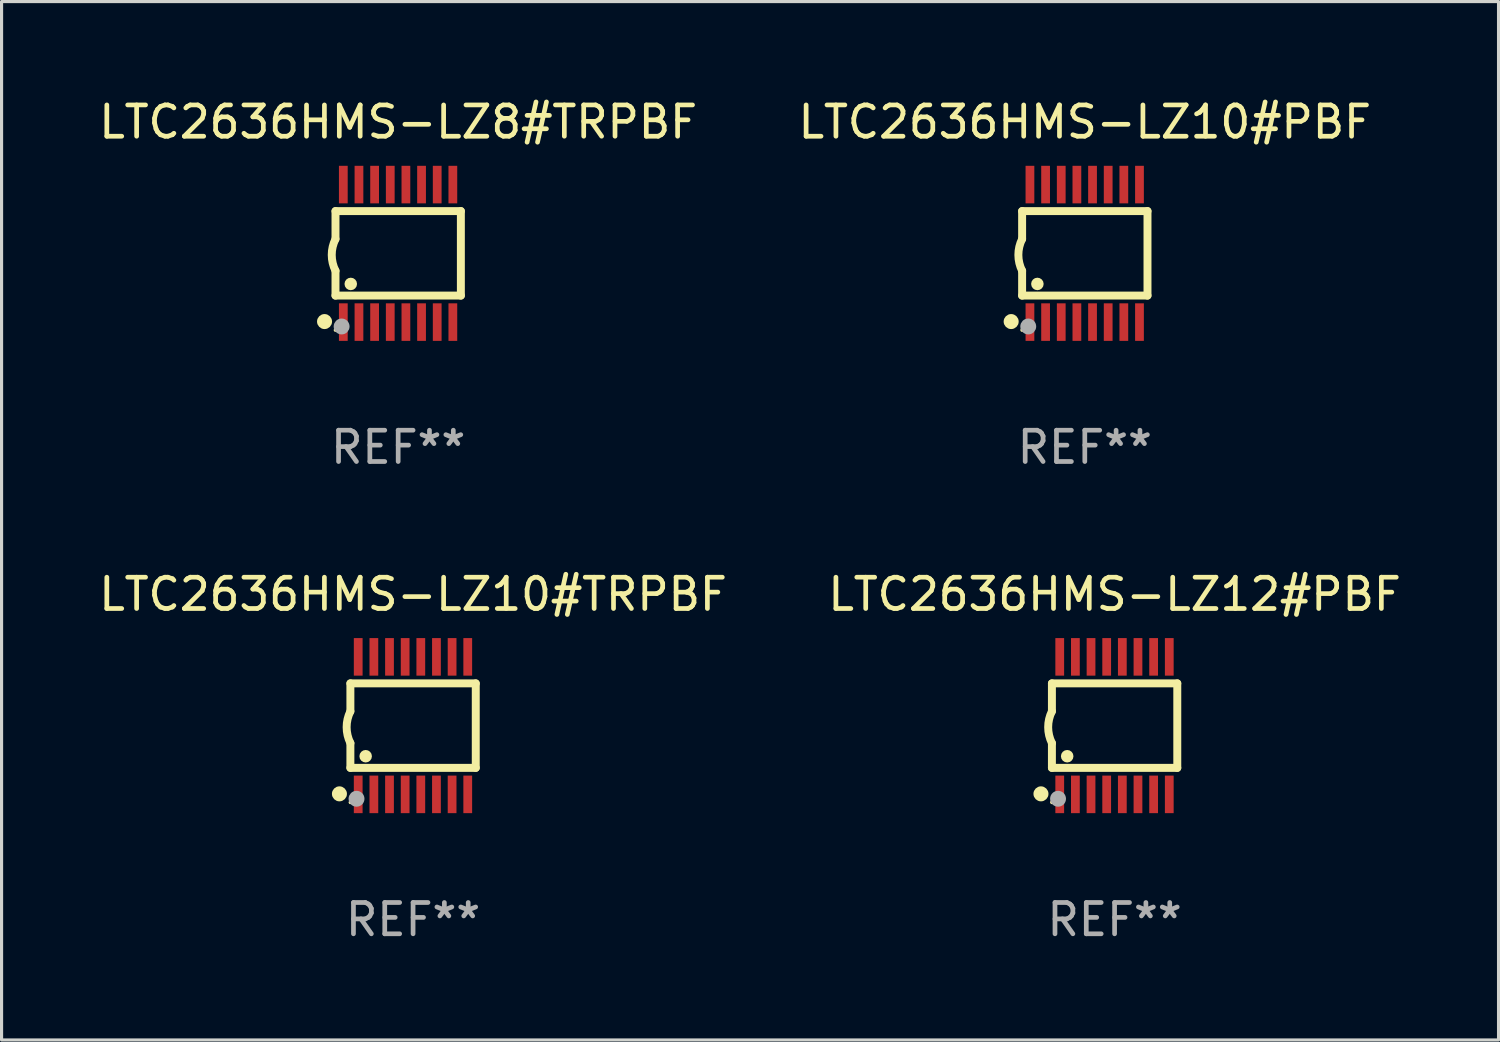
<source format=kicad_pcb>
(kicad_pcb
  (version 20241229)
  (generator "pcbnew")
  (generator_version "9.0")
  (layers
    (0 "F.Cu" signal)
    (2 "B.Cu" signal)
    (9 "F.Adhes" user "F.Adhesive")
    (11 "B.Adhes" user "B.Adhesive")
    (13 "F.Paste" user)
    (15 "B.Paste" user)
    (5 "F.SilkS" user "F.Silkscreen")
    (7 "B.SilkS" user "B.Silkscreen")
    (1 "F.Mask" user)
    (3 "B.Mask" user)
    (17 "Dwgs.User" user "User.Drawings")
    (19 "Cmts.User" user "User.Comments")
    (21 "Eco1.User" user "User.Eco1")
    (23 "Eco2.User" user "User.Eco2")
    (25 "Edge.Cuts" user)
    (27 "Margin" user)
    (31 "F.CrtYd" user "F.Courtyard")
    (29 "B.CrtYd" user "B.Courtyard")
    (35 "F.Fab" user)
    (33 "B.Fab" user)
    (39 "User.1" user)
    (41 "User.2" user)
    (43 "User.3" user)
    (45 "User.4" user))
  (footprint "LTC2636HMS-LZ12#PBF"
    (layer "F.Cu")
    (at 32.565 20.136)
    (property "Reference" "LTC2636HMS-LZ12#PBF" (at 0 -4.197 0) (layer "F.SilkS") (effects (font (size 1 1) (thickness 0.15))))
    (attr through_hole)
    (fp_line (start -2.003 -1.35) (end -2.003 -0.457) (stroke (width 0.254) (type solid)) (layer "F.SilkS"))
    (fp_line (start -2.003 -1.35) (end 2.003 -1.35) (stroke (width 0.254) (type solid)) (layer "F.SilkS"))
    (fp_line (start -2.003 1.35) (end -2.003 0.559) (stroke (width 0.254) (type solid)) (layer "F.SilkS"))
    (fp_line (start -2.003 1.35) (end 2.003 1.35) (stroke (width 0.254) (type solid)) (layer "F.SilkS"))
    (fp_line (start 2.003 -1.35) (end 2.003 1.35) (stroke (width 0.254) (type solid)) (layer "F.SilkS"))
    (fp_arc (start -2.002286 0.558802) (mid -2.122556 0.05092) (end -2.003302 -0.457201) (stroke (width 0.254001) (type solid)) (layer "F.SilkS"))
    (fp_circle (center -2.353 2.18) (end -2.233 2.18) (stroke (width 0.24) (type solid)) (fill no) (layer "F.SilkS"))
    (fp_circle (center -2.003 2.45) (end -1.973 2.45) (stroke (width 0.06) (type solid)) (fill no) (layer "F.SilkS"))
    (fp_circle (center -1.515 0.978) (end -1.415 0.978) (stroke (width 0.2) (type solid)) (fill no) (layer "F.SilkS"))
    (fp_circle (center -1.807 2.337) (end -1.68 2.337) (stroke (width 0.254) (type solid)) (fill no) (layer "F.Fab"))
    (fp_text user "REF**" (at 0 6.197 0) (layer "F.Fab") (effects (font (size 1 1) (thickness 0.15))))
    (pad "1" smd rect (at -1.753 2.197 90) (size 1.2 0.28) (layers "F.Cu" "F.Mask" "F.Paste"))
    (pad "2" smd rect (at -1.253 2.197 90) (size 1.2 0.28) (layers "F.Cu" "F.Mask" "F.Paste"))
    (pad "3" smd rect (at -0.753 2.197 90) (size 1.2 0.28) (layers "F.Cu" "F.Mask" "F.Paste"))
    (pad "4" smd rect (at -0.253 2.197 90) (size 1.2 0.28) (layers "F.Cu" "F.Mask" "F.Paste"))
    (pad "5" smd rect (at 0.247 2.197 90) (size 1.2 0.28) (layers "F.Cu" "F.Mask" "F.Paste"))
    (pad "6" smd rect (at 0.747 2.197 90) (size 1.2 0.28) (layers "F.Cu" "F.Mask" "F.Paste"))
    (pad "7" smd rect (at 1.247 2.197 90) (size 1.2 0.28) (layers "F.Cu" "F.Mask" "F.Paste"))
    (pad "8" smd rect (at 1.747 2.197 90) (size 1.2 0.28) (layers "F.Cu" "F.Mask" "F.Paste"))
    (pad "9" smd rect (at 1.747 -2.197 90) (size 1.2 0.28) (layers "F.Cu" "F.Mask" "F.Paste"))
    (pad "10" smd rect (at 1.247 -2.197 90) (size 1.2 0.28) (layers "F.Cu" "F.Mask" "F.Paste"))
    (pad "11" smd rect (at 0.747 -2.197 90) (size 1.2 0.28) (layers "F.Cu" "F.Mask" "F.Paste"))
    (pad "12" smd rect (at 0.247 -2.197 90) (size 1.2 0.28) (layers "F.Cu" "F.Mask" "F.Paste"))
    (pad "13" smd rect (at -0.253 -2.197 90) (size 1.2 0.28) (layers "F.Cu" "F.Mask" "F.Paste"))
    (pad "14" smd rect (at -0.753 -2.197 90) (size 1.2 0.28) (layers "F.Cu" "F.Mask" "F.Paste"))
    (pad "15" smd rect (at -1.253 -2.197 90) (size 1.2 0.28) (layers "F.Cu" "F.Mask" "F.Paste"))
    (pad "16" smd rect (at -1.753 -2.197 90) (size 1.2 0.28) (layers "F.Cu" "F.Mask" "F.Paste")))
  (footprint "LTC2636HMS-LZ8#TRPBF"
    (layer "F.Cu")
    (at 9.673 5.045)
    (property "Reference" "LTC2636HMS-LZ8#TRPBF" (at 0 -4.197 0) (layer "F.SilkS") (effects (font (size 1 1) (thickness 0.15))))
    (attr through_hole)
    (fp_line (start -2.003 -1.35) (end -2.003 -0.457) (stroke (width 0.254) (type solid)) (layer "F.SilkS"))
    (fp_line (start -2.003 -1.35) (end 2.003 -1.35) (stroke (width 0.254) (type solid)) (layer "F.SilkS"))
    (fp_line (start -2.003 1.35) (end -2.003 0.559) (stroke (width 0.254) (type solid)) (layer "F.SilkS"))
    (fp_line (start -2.003 1.35) (end 2.003 1.35) (stroke (width 0.254) (type solid)) (layer "F.SilkS"))
    (fp_line (start 2.003 -1.35) (end 2.003 1.35) (stroke (width 0.254) (type solid)) (layer "F.SilkS"))
    (fp_arc (start -2.002286 0.558802) (mid -2.122556 0.05092) (end -2.003302 -0.457201) (stroke (width 0.254001) (type solid)) (layer "F.SilkS"))
    (fp_circle (center -2.353 2.18) (end -2.233 2.18) (stroke (width 0.24) (type solid)) (fill no) (layer "F.SilkS"))
    (fp_circle (center -2.003 2.45) (end -1.973 2.45) (stroke (width 0.06) (type solid)) (fill no) (layer "F.SilkS"))
    (fp_circle (center -1.515 0.978) (end -1.415 0.978) (stroke (width 0.2) (type solid)) (fill no) (layer "F.SilkS"))
    (fp_circle (center -1.807 2.337) (end -1.68 2.337) (stroke (width 0.254) (type solid)) (fill no) (layer "F.Fab"))
    (fp_text user "REF**" (at 0 6.197 0) (layer "F.Fab") (effects (font (size 1 1) (thickness 0.15))))
    (pad "1" smd rect (at -1.753 2.197 90) (size 1.2 0.28) (layers "F.Cu" "F.Mask" "F.Paste"))
    (pad "2" smd rect (at -1.253 2.197 90) (size 1.2 0.28) (layers "F.Cu" "F.Mask" "F.Paste"))
    (pad "3" smd rect (at -0.753 2.197 90) (size 1.2 0.28) (layers "F.Cu" "F.Mask" "F.Paste"))
    (pad "4" smd rect (at -0.253 2.197 90) (size 1.2 0.28) (layers "F.Cu" "F.Mask" "F.Paste"))
    (pad "5" smd rect (at 0.247 2.197 90) (size 1.2 0.28) (layers "F.Cu" "F.Mask" "F.Paste"))
    (pad "6" smd rect (at 0.747 2.197 90) (size 1.2 0.28) (layers "F.Cu" "F.Mask" "F.Paste"))
    (pad "7" smd rect (at 1.247 2.197 90) (size 1.2 0.28) (layers "F.Cu" "F.Mask" "F.Paste"))
    (pad "8" smd rect (at 1.747 2.197 90) (size 1.2 0.28) (layers "F.Cu" "F.Mask" "F.Paste"))
    (pad "9" smd rect (at 1.747 -2.197 90) (size 1.2 0.28) (layers "F.Cu" "F.Mask" "F.Paste"))
    (pad "10" smd rect (at 1.247 -2.197 90) (size 1.2 0.28) (layers "F.Cu" "F.Mask" "F.Paste"))
    (pad "11" smd rect (at 0.747 -2.197 90) (size 1.2 0.28) (layers "F.Cu" "F.Mask" "F.Paste"))
    (pad "12" smd rect (at 0.247 -2.197 90) (size 1.2 0.28) (layers "F.Cu" "F.Mask" "F.Paste"))
    (pad "13" smd rect (at -0.253 -2.197 90) (size 1.2 0.28) (layers "F.Cu" "F.Mask" "F.Paste"))
    (pad "14" smd rect (at -0.753 -2.197 90) (size 1.2 0.28) (layers "F.Cu" "F.Mask" "F.Paste"))
    (pad "15" smd rect (at -1.253 -2.197 90) (size 1.2 0.28) (layers "F.Cu" "F.Mask" "F.Paste"))
    (pad "16" smd rect (at -1.753 -2.197 90) (size 1.2 0.28) (layers "F.Cu" "F.Mask" "F.Paste")))
  (footprint "LTC2636HMS-LZ10#TRPBF"
    (layer "F.Cu")
    (at 10.149 20.136)
    (property "Reference" "LTC2636HMS-LZ10#TRPBF" (at 0 -4.197 0) (layer "F.SilkS") (effects (font (size 1 1) (thickness 0.15))))
    (attr through_hole)
    (fp_line (start -2.003 -1.35) (end -2.003 -0.457) (stroke (width 0.254) (type solid)) (layer "F.SilkS"))
    (fp_line (start -2.003 -1.35) (end 2.003 -1.35) (stroke (width 0.254) (type solid)) (layer "F.SilkS"))
    (fp_line (start -2.003 1.35) (end -2.003 0.559) (stroke (width 0.254) (type solid)) (layer "F.SilkS"))
    (fp_line (start -2.003 1.35) (end 2.003 1.35) (stroke (width 0.254) (type solid)) (layer "F.SilkS"))
    (fp_line (start 2.003 -1.35) (end 2.003 1.35) (stroke (width 0.254) (type solid)) (layer "F.SilkS"))
    (fp_arc (start -2.002286 0.558802) (mid -2.122556 0.05092) (end -2.003302 -0.457201) (stroke (width 0.254001) (type solid)) (layer "F.SilkS"))
    (fp_circle (center -2.353 2.18) (end -2.233 2.18) (stroke (width 0.24) (type solid)) (fill no) (layer "F.SilkS"))
    (fp_circle (center -2.003 2.45) (end -1.973 2.45) (stroke (width 0.06) (type solid)) (fill no) (layer "F.SilkS"))
    (fp_circle (center -1.515 0.978) (end -1.415 0.978) (stroke (width 0.2) (type solid)) (fill no) (layer "F.SilkS"))
    (fp_circle (center -1.807 2.337) (end -1.68 2.337) (stroke (width 0.254) (type solid)) (fill no) (layer "F.Fab"))
    (fp_text user "REF**" (at 0 6.197 0) (layer "F.Fab") (effects (font (size 1 1) (thickness 0.15))))
    (pad "1" smd rect (at -1.753 2.197 90) (size 1.2 0.28) (layers "F.Cu" "F.Mask" "F.Paste"))
    (pad "2" smd rect (at -1.253 2.197 90) (size 1.2 0.28) (layers "F.Cu" "F.Mask" "F.Paste"))
    (pad "3" smd rect (at -0.753 2.197 90) (size 1.2 0.28) (layers "F.Cu" "F.Mask" "F.Paste"))
    (pad "4" smd rect (at -0.253 2.197 90) (size 1.2 0.28) (layers "F.Cu" "F.Mask" "F.Paste"))
    (pad "5" smd rect (at 0.247 2.197 90) (size 1.2 0.28) (layers "F.Cu" "F.Mask" "F.Paste"))
    (pad "6" smd rect (at 0.747 2.197 90) (size 1.2 0.28) (layers "F.Cu" "F.Mask" "F.Paste"))
    (pad "7" smd rect (at 1.247 2.197 90) (size 1.2 0.28) (layers "F.Cu" "F.Mask" "F.Paste"))
    (pad "8" smd rect (at 1.747 2.197 90) (size 1.2 0.28) (layers "F.Cu" "F.Mask" "F.Paste"))
    (pad "9" smd rect (at 1.747 -2.197 90) (size 1.2 0.28) (layers "F.Cu" "F.Mask" "F.Paste"))
    (pad "10" smd rect (at 1.247 -2.197 90) (size 1.2 0.28) (layers "F.Cu" "F.Mask" "F.Paste"))
    (pad "11" smd rect (at 0.747 -2.197 90) (size 1.2 0.28) (layers "F.Cu" "F.Mask" "F.Paste"))
    (pad "12" smd rect (at 0.247 -2.197 90) (size 1.2 0.28) (layers "F.Cu" "F.Mask" "F.Paste"))
    (pad "13" smd rect (at -0.253 -2.197 90) (size 1.2 0.28) (layers "F.Cu" "F.Mask" "F.Paste"))
    (pad "14" smd rect (at -0.753 -2.197 90) (size 1.2 0.28) (layers "F.Cu" "F.Mask" "F.Paste"))
    (pad "15" smd rect (at -1.253 -2.197 90) (size 1.2 0.28) (layers "F.Cu" "F.Mask" "F.Paste"))
    (pad "16" smd rect (at -1.753 -2.197 90) (size 1.2 0.28) (layers "F.Cu" "F.Mask" "F.Paste")))
  (footprint "LTC2636HMS-LZ10#PBF"
    (layer "F.Cu")
    (at 31.613 5.045)
    (property "Reference" "LTC2636HMS-LZ10#PBF" (at 0 -4.197 0) (layer "F.SilkS") (effects (font (size 1 1) (thickness 0.15))))
    (attr through_hole)
    (fp_line (start -2.003 -1.35) (end -2.003 -0.457) (stroke (width 0.254) (type solid)) (layer "F.SilkS"))
    (fp_line (start -2.003 -1.35) (end 2.003 -1.35) (stroke (width 0.254) (type solid)) (layer "F.SilkS"))
    (fp_line (start -2.003 1.35) (end -2.003 0.559) (stroke (width 0.254) (type solid)) (layer "F.SilkS"))
    (fp_line (start -2.003 1.35) (end 2.003 1.35) (stroke (width 0.254) (type solid)) (layer "F.SilkS"))
    (fp_line (start 2.003 -1.35) (end 2.003 1.35) (stroke (width 0.254) (type solid)) (layer "F.SilkS"))
    (fp_arc (start -2.002286 0.558802) (mid -2.122556 0.05092) (end -2.003302 -0.457201) (stroke (width 0.254001) (type solid)) (layer "F.SilkS"))
    (fp_circle (center -2.353 2.18) (end -2.233 2.18) (stroke (width 0.24) (type solid)) (fill no) (layer "F.SilkS"))
    (fp_circle (center -2.003 2.45) (end -1.973 2.45) (stroke (width 0.06) (type solid)) (fill no) (layer "F.SilkS"))
    (fp_circle (center -1.515 0.978) (end -1.415 0.978) (stroke (width 0.2) (type solid)) (fill no) (layer "F.SilkS"))
    (fp_circle (center -1.807 2.337) (end -1.68 2.337) (stroke (width 0.254) (type solid)) (fill no) (layer "F.Fab"))
    (fp_text user "REF**" (at 0 6.197 0) (layer "F.Fab") (effects (font (size 1 1) (thickness 0.15))))
    (pad "1" smd rect (at -1.753 2.197 90) (size 1.2 0.28) (layers "F.Cu" "F.Mask" "F.Paste"))
    (pad "2" smd rect (at -1.253 2.197 90) (size 1.2 0.28) (layers "F.Cu" "F.Mask" "F.Paste"))
    (pad "3" smd rect (at -0.753 2.197 90) (size 1.2 0.28) (layers "F.Cu" "F.Mask" "F.Paste"))
    (pad "4" smd rect (at -0.253 2.197 90) (size 1.2 0.28) (layers "F.Cu" "F.Mask" "F.Paste"))
    (pad "5" smd rect (at 0.247 2.197 90) (size 1.2 0.28) (layers "F.Cu" "F.Mask" "F.Paste"))
    (pad "6" smd rect (at 0.747 2.197 90) (size 1.2 0.28) (layers "F.Cu" "F.Mask" "F.Paste"))
    (pad "7" smd rect (at 1.247 2.197 90) (size 1.2 0.28) (layers "F.Cu" "F.Mask" "F.Paste"))
    (pad "8" smd rect (at 1.747 2.197 90) (size 1.2 0.28) (layers "F.Cu" "F.Mask" "F.Paste"))
    (pad "9" smd rect (at 1.747 -2.197 90) (size 1.2 0.28) (layers "F.Cu" "F.Mask" "F.Paste"))
    (pad "10" smd rect (at 1.247 -2.197 90) (size 1.2 0.28) (layers "F.Cu" "F.Mask" "F.Paste"))
    (pad "11" smd rect (at 0.747 -2.197 90) (size 1.2 0.28) (layers "F.Cu" "F.Mask" "F.Paste"))
    (pad "12" smd rect (at 0.247 -2.197 90) (size 1.2 0.28) (layers "F.Cu" "F.Mask" "F.Paste"))
    (pad "13" smd rect (at -0.253 -2.197 90) (size 1.2 0.28) (layers "F.Cu" "F.Mask" "F.Paste"))
    (pad "14" smd rect (at -0.753 -2.197 90) (size 1.2 0.28) (layers "F.Cu" "F.Mask" "F.Paste"))
    (pad "15" smd rect (at -1.253 -2.197 90) (size 1.2 0.28) (layers "F.Cu" "F.Mask" "F.Paste"))
    (pad "16" smd rect (at -1.753 -2.197 90) (size 1.2 0.28) (layers "F.Cu" "F.Mask" "F.Paste")))
  (gr_rect
    (start -3 -3)
    (end 44.833 30.181)
    (stroke (width 0.1) (type default))
    (fill no)
    (layer "Edge.Cuts")))
</source>
